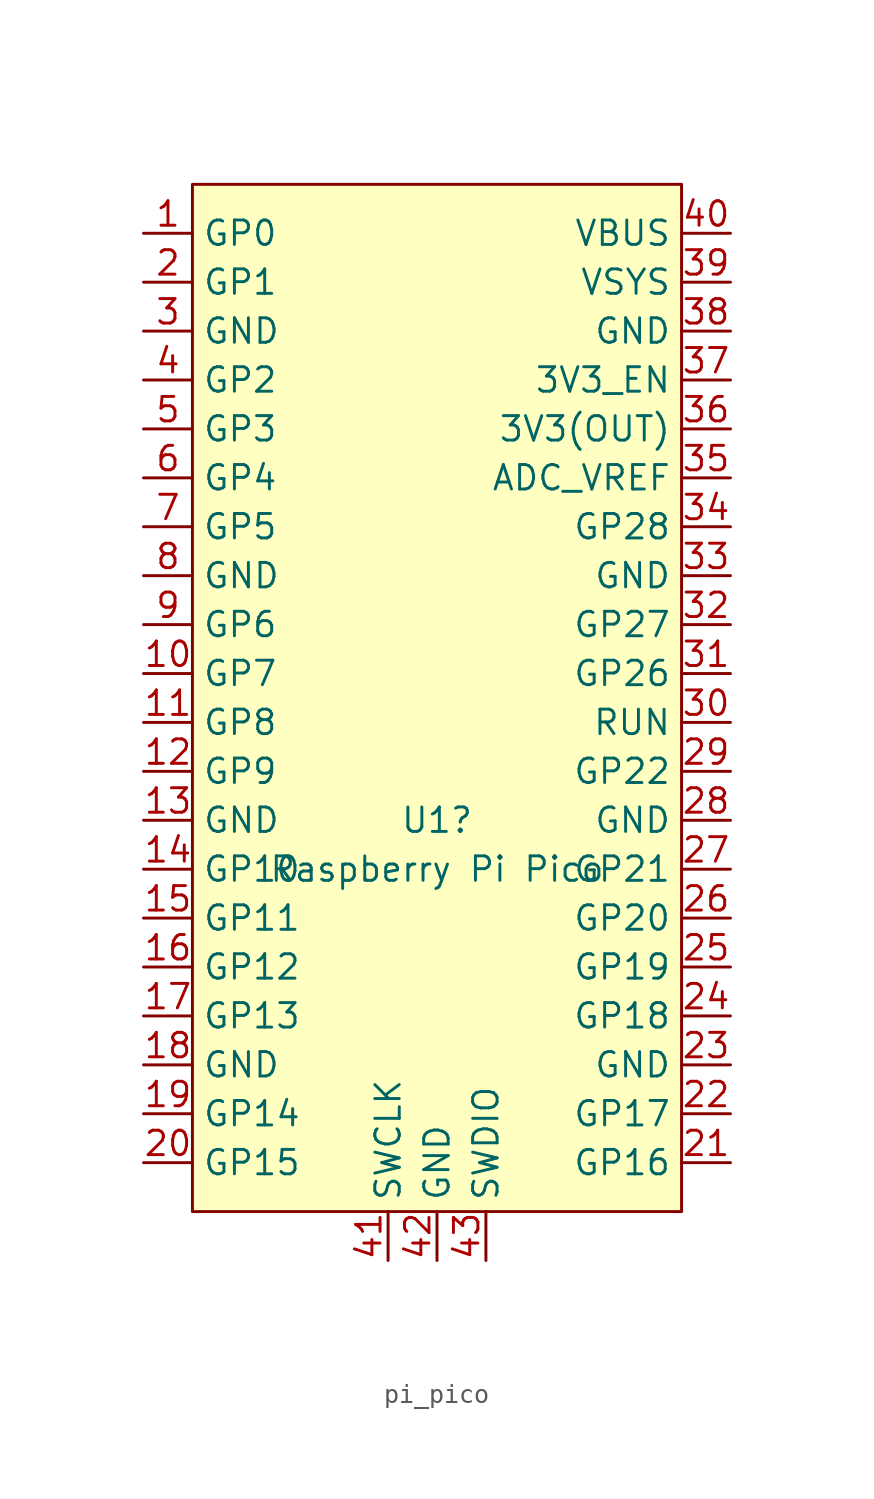
<source format=kicad_sym>
(kicad_symbol_lib
  (version 20220914)
  (generator kicad_symbol_editor)
  (symbol "pi_pico"
    (property "Reference" "U1"
      (at 0 -17.78 0)
      (effects (font (size 1.27 1.27))))
    (property "Value" "Raspberry Pi Pico"
      (at 0 -20.32 0)
      (effects (font (size 1.27 1.27))))
    (symbol "pi_pico_1_1"
      (rectangle (start -12.7 15.24) (end 12.7 -38.1) (stroke (width 0) (type default)) (fill (type background)))
      (pin bidirectional line (at -15.24 12.7 0) (length 2.54) (name "GP0" (effects (font (size 1.27 1.27)))) (number "1" (effects (font (size 1.27 1.27)))))
      (pin bidirectional line (at -15.24 -10.16 0) (length 2.54) (name "GP7" (effects (font (size 1.27 1.27)))) (number "10" (effects (font (size 1.27 1.27)))))
      (pin bidirectional line (at -15.24 -12.7 0) (length 2.54) (name "GP8" (effects (font (size 1.27 1.27)))) (number "11" (effects (font (size 1.27 1.27)))))
      (pin bidirectional line (at -15.24 -15.24 0) (length 2.54) (name "GP9" (effects (font (size 1.27 1.27)))) (number "12" (effects (font (size 1.27 1.27)))))
      (pin bidirectional line (at -15.24 -17.78 0) (length 2.54) (name "GND" (effects (font (size 1.27 1.27)))) (number "13" (effects (font (size 1.27 1.27)))))
      (pin bidirectional line (at -15.24 -20.32 0) (length 2.54) (name "GP10" (effects (font (size 1.27 1.27)))) (number "14" (effects (font (size 1.27 1.27)))))
      (pin bidirectional line (at -15.24 -22.86 0) (length 2.54) (name "GP11" (effects (font (size 1.27 1.27)))) (number "15" (effects (font (size 1.27 1.27)))))
      (pin bidirectional line (at -15.24 -25.4 0) (length 2.54) (name "GP12" (effects (font (size 1.27 1.27)))) (number "16" (effects (font (size 1.27 1.27)))))
      (pin bidirectional line (at -15.24 -27.94 0) (length 2.54) (name "GP13" (effects (font (size 1.27 1.27)))) (number "17" (effects (font (size 1.27 1.27)))))
      (pin bidirectional line (at -15.24 -30.48 0) (length 2.54) (name "GND" (effects (font (size 1.27 1.27)))) (number "18" (effects (font (size 1.27 1.27)))))
      (pin bidirectional line (at -15.24 -33.02 0) (length 2.54) (name "GP14" (effects (font (size 1.27 1.27)))) (number "19" (effects (font (size 1.27 1.27)))))
      (pin bidirectional line (at -15.24 10.16 0) (length 2.54) (name "GP1" (effects (font (size 1.27 1.27)))) (number "2" (effects (font (size 1.27 1.27)))))
      (pin bidirectional line (at -15.24 -35.56 0) (length 2.54) (name "GP15" (effects (font (size 1.27 1.27)))) (number "20" (effects (font (size 1.27 1.27)))))
      (pin bidirectional line (at 15.24 -35.56 180) (length 2.54) (name "GP16" (effects (font (size 1.27 1.27)))) (number "21" (effects (font (size 1.27 1.27)))))
      (pin bidirectional line (at 15.24 -33.02 180) (length 2.54) (name "GP17" (effects (font (size 1.27 1.27)))) (number "22" (effects (font (size 1.27 1.27)))))
      (pin bidirectional line (at 15.24 -30.48 180) (length 2.54) (name "GND" (effects (font (size 1.27 1.27)))) (number "23" (effects (font (size 1.27 1.27)))))
      (pin bidirectional line (at 15.24 -27.94 180) (length 2.54) (name "GP18" (effects (font (size 1.27 1.27)))) (number "24" (effects (font (size 1.27 1.27)))))
      (pin bidirectional line (at 15.24 -25.4 180) (length 2.54) (name "GP19" (effects (font (size 1.27 1.27)))) (number "25" (effects (font (size 1.27 1.27)))))
      (pin bidirectional line (at 15.24 -22.86 180) (length 2.54) (name "GP20" (effects (font (size 1.27 1.27)))) (number "26" (effects (font (size 1.27 1.27)))))
      (pin bidirectional line (at 15.24 -20.32 180) (length 2.54) (name "GP21" (effects (font (size 1.27 1.27)))) (number "27" (effects (font (size 1.27 1.27)))))
      (pin bidirectional line (at 15.24 -17.78 180) (length 2.54) (name "GND" (effects (font (size 1.27 1.27)))) (number "28" (effects (font (size 1.27 1.27)))))
      (pin bidirectional line (at 15.24 -15.24 180) (length 2.54) (name "GP22" (effects (font (size 1.27 1.27)))) (number "29" (effects (font (size 1.27 1.27)))))
      (pin bidirectional line (at -15.24 7.62 0) (length 2.54) (name "GND" (effects (font (size 1.27 1.27)))) (number "3" (effects (font (size 1.27 1.27)))))
      (pin input line (at 15.24 -12.7 180) (length 2.54) (name "RUN" (effects (font (size 1.27 1.27)))) (number "30" (effects (font (size 1.27 1.27)))))
      (pin bidirectional line (at 15.24 -10.16 180) (length 2.54) (name "GP26" (effects (font (size 1.27 1.27)))) (number "31" (effects (font (size 1.27 1.27)))))
      (pin bidirectional line (at 15.24 -7.62 180) (length 2.54) (name "GP27" (effects (font (size 1.27 1.27)))) (number "32" (effects (font (size 1.27 1.27)))))
      (pin bidirectional line (at 15.24 -5.08 180) (length 2.54) (name "GND" (effects (font (size 1.27 1.27)))) (number "33" (effects (font (size 1.27 1.27)))))
      (pin bidirectional line (at 15.24 -2.54 180) (length 2.54) (name "GP28" (effects (font (size 1.27 1.27)))) (number "34" (effects (font (size 1.27 1.27)))))
      (pin bidirectional line (at 15.24 0 180) (length 2.54) (name "ADC_VREF" (effects (font (size 1.27 1.27)))) (number "35" (effects (font (size 1.27 1.27)))))
      (pin power_out line (at 15.24 2.54 180) (length 2.54) (name "3V3(OUT)" (effects (font (size 1.27 1.27)))) (number "36" (effects (font (size 1.27 1.27)))))
      (pin input line (at 15.24 5.08 180) (length 2.54) (name "3V3_EN" (effects (font (size 1.27 1.27)))) (number "37" (effects (font (size 1.27 1.27)))))
      (pin bidirectional line (at 15.24 7.62 180) (length 2.54) (name "GND" (effects (font (size 1.27 1.27)))) (number "38" (effects (font (size 1.27 1.27)))))
      (pin bidirectional line (at 15.24 10.16 180) (length 2.54) (name "VSYS" (effects (font (size 1.27 1.27)))) (number "39" (effects (font (size 1.27 1.27)))))
      (pin bidirectional line (at -15.24 5.08 0) (length 2.54) (name "GP2" (effects (font (size 1.27 1.27)))) (number "4" (effects (font (size 1.27 1.27)))))
      (pin bidirectional line (at 15.24 12.7 180) (length 2.54) (name "VBUS" (effects (font (size 1.27 1.27)))) (number "40" (effects (font (size 1.27 1.27)))))
      (pin input line (at -2.54 -40.64 90) (length 2.54) (name "SWCLK" (effects (font (size 1.27 1.27)))) (number "41" (effects (font (size 1.27 1.27)))))
      (pin power_in line (at 0 -40.64 90) (length 2.54) (name "GND" (effects (font (size 1.27 1.27)))) (number "42" (effects (font (size 1.27 1.27)))))
      (pin bidirectional line (at 2.54 -40.64 90) (length 2.54) (name "SWDIO" (effects (font (size 1.27 1.27)))) (number "43" (effects (font (size 1.27 1.27)))))
      (pin bidirectional line (at -15.24 2.54 0) (length 2.54) (name "GP3" (effects (font (size 1.27 1.27)))) (number "5" (effects (font (size 1.27 1.27)))))
      (pin bidirectional line (at -15.24 0 0) (length 2.54) (name "GP4" (effects (font (size 1.27 1.27)))) (number "6" (effects (font (size 1.27 1.27)))))
      (pin bidirectional line (at -15.24 -2.54 0) (length 2.54) (name "GP5" (effects (font (size 1.27 1.27)))) (number "7" (effects (font (size 1.27 1.27)))))
      (pin bidirectional line (at -15.24 -5.08 0) (length 2.54) (name "GND" (effects (font (size 1.27 1.27)))) (number "8" (effects (font (size 1.27 1.27)))))
      (pin bidirectional line (at -15.24 -7.62 0) (length 2.54) (name "GP6" (effects (font (size 1.27 1.27)))) (number "9" (effects (font (size 1.27 1.27))))))))
</source>
